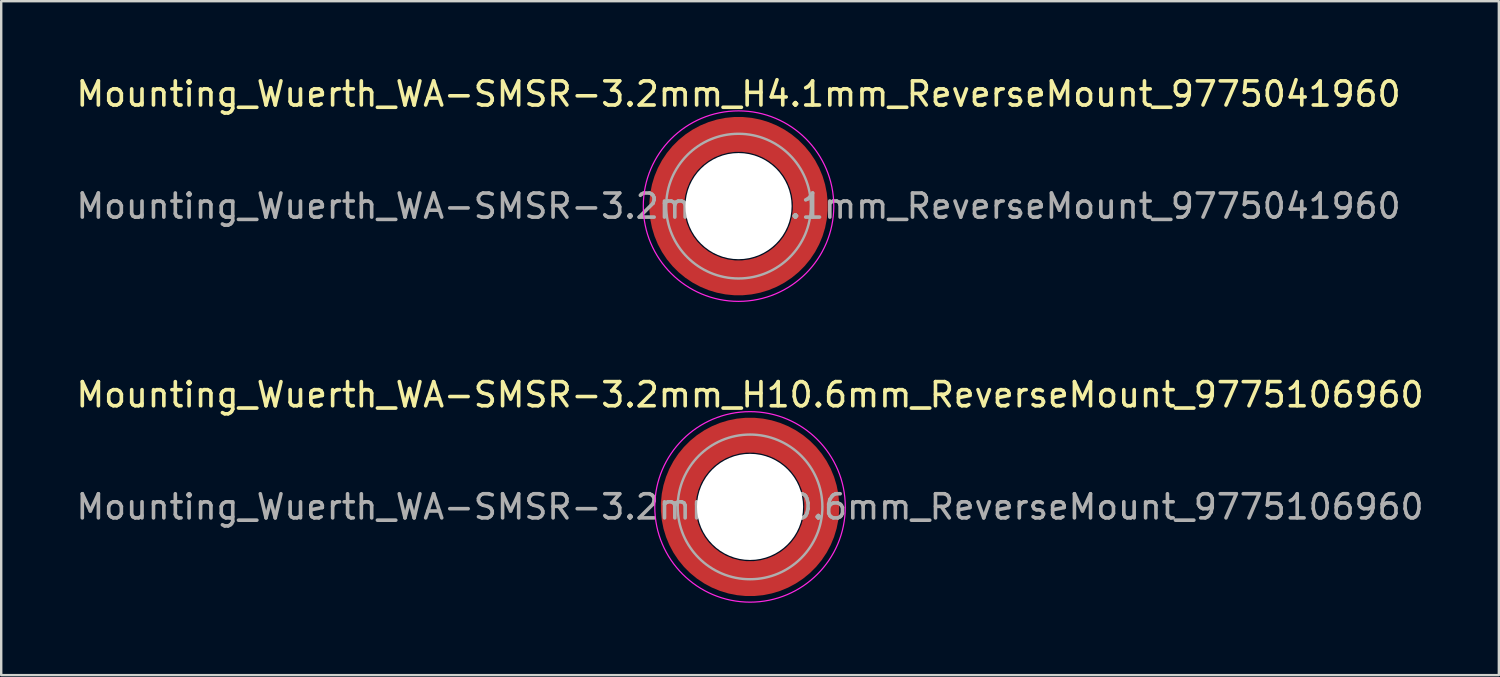
<source format=kicad_pcb>
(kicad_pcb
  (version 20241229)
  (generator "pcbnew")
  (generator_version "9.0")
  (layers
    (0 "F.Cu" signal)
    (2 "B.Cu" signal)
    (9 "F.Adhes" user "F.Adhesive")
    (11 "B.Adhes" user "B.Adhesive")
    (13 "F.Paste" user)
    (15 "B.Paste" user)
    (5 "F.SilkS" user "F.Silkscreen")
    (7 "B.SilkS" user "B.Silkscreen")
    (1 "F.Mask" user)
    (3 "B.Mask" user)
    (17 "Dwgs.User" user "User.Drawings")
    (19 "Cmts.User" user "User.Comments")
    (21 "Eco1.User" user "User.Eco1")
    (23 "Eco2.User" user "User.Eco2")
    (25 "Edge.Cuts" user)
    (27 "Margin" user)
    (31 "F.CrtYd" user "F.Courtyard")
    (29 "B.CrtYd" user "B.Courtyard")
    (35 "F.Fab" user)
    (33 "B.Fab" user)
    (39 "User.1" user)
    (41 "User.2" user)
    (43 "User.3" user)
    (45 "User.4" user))
  (footprint "Mounting_Wuerth_WA-SMSR-3.2mm_H10.6mm_ReverseMount_9775106960"
    (layer "F.Cu")
    (at 28.054 17.971)
    (property "Reference" "Mounting_Wuerth_WA-SMSR-3.2mm_H10.6mm_ReverseMount_9775106960" (at 0 -4.65 0) (layer "F.SilkS") (effects (font (size 1 1) (thickness 0.15))))
    (attr smd allow_soldermask_bridges)
    (fp_circle (center 0 0) (end 3.95 0) (stroke (width 0.05) (type solid)) (fill no) (layer "F.CrtYd"))
    (fp_circle (center 0 0) (end 3 0) (stroke (width 0.1) (type solid)) (fill no) (layer "F.Fab"))
    (fp_text user "${REFERENCE}" (at 0 0 0) (layer "F.Fab") (effects (font (size 1 1) (thickness 0.15))))
    (pad "" smd custom (at -2.095 -2.095) (size 0.672 0.672) (layers "F.Paste") (options (anchor circle)) (primitives (gr_arc (start -0.24231 1.594804) (mid 0.404819 0.404819) (end 1.594804 -0.24231) (width 0.2)) (gr_arc (start -0.3398 1.594804) (mid 0.337349 0.337349) (end 1.594804 -0.3398) (width 0.2)) (gr_arc (start -0.437132 1.594804) (mid 0.269879 0.269879) (end 1.594804 -0.437132) (width 0.2)) (gr_arc (start -0.534324 1.594804) (mid 0.202409 0.202409) (end 1.594804 -0.534324) (width 0.2)) (gr_arc (start -0.631391 1.594804) (mid 0.13494 0.13494) (end 1.594804 -0.631391) (width 0.2)) (gr_arc (start -0.728345 1.594804) (mid 0.06747 0.06747) (end 1.594804 -0.728345) (width 0.2)) (gr_arc (start -0.825197 1.594804) (mid 0 0) (end 1.594804 -0.825197) (width 0.2)) (gr_arc (start -0.921958 1.594804) (mid -0.06747 -0.06747) (end 1.594804 -0.921958) (width 0.2)) (gr_arc (start -1.018637 1.594804) (mid -0.13494 -0.13494) (end 1.594804 -1.018637) (width 0.2)) (gr_arc (start -1.115239 1.594804) (mid -0.202409 -0.202409) (end 1.594804 -1.115239) (width 0.2)) (gr_arc (start -1.211773 1.594804) (mid -0.269879 -0.269879) (end 1.594804 -1.211773) (width 0.2)) (gr_arc (start -1.308244 1.594804) (mid -0.337349 -0.337349) (end 1.594804 -1.308244) (width 0.2)) (gr_arc (start -1.404657 1.594804) (mid -0.404819 -0.404819) (end 1.594804 -1.404657) (width 0.2)) (gr_arc (start -1.404657 1.594804) (mid -0.404819 -0.404819) (end 1.594804 -1.404657) (width 0.2)) (gr_line (start 1.595 -0.242) (end 1.595 -1.405) (width 0.2)) (gr_line (start -0.242 1.595) (end -1.405 1.595) (width 0.2))))
    (pad "" smd custom (at -2.095 2.095) (size 0.672 0.672) (layers "F.Paste") (options (anchor circle)) (primitives (gr_arc (start 1.594804 0.24231) (mid 0.404819 -0.404819) (end -0.24231 -1.594804) (width 0.2)) (gr_arc (start 1.594804 0.3398) (mid 0.337349 -0.337349) (end -0.3398 -1.594804) (width 0.2)) (gr_arc (start 1.594804 0.437132) (mid 0.269879 -0.269879) (end -0.437132 -1.594804) (width 0.2)) (gr_arc (start 1.594804 0.534324) (mid 0.202409 -0.202409) (end -0.534324 -1.594804) (width 0.2)) (gr_arc (start 1.594804 0.631391) (mid 0.13494 -0.13494) (end -0.631391 -1.594804) (width 0.2)) (gr_arc (start 1.594804 0.728345) (mid 0.06747 -0.06747) (end -0.728345 -1.594804) (width 0.2)) (gr_arc (start 1.594804 0.825197) (mid 0 0) (end -0.825197 -1.594804) (width 0.2)) (gr_arc (start 1.594804 0.921958) (mid -0.06747 0.06747) (end -0.921958 -1.594804) (width 0.2)) (gr_arc (start 1.594804 1.018637) (mid -0.13494 0.13494) (end -1.018637 -1.594804) (width 0.2)) (gr_arc (start 1.594804 1.115239) (mid -0.202409 0.202409) (end -1.115239 -1.594804) (width 0.2)) (gr_arc (start 1.594804 1.211773) (mid -0.269879 0.269879) (end -1.211773 -1.594804) (width 0.2)) (gr_arc (start 1.594804 1.308244) (mid -0.337349 0.337349) (end -1.308244 -1.594804) (width 0.2)) (gr_arc (start 1.594804 1.404657) (mid -0.404819 0.404819) (end -1.404657 -1.594804) (width 0.2)) (gr_arc (start 1.594804 1.404657) (mid -0.404819 0.404819) (end -1.404657 -1.594804) (width 0.2)) (gr_line (start -0.242 -1.595) (end -1.405 -1.595) (width 0.2)) (gr_line (start 1.595 0.242) (end 1.595 1.405) (width 0.2))))
    (pad "" np_thru_hole circle (at 0 0) (size 4.4 4.4) (drill 4.4) (layers "*.Cu" "*.Mask"))
    (pad "" smd custom (at 2.095 -2.095) (size 0.672 0.672) (layers "F.Paste") (options (anchor circle)) (primitives (gr_arc (start -1.594804 -0.24231) (mid -0.404819 0.404819) (end 0.24231 1.594804) (width 0.2)) (gr_arc (start -1.594804 -0.3398) (mid -0.337349 0.337349) (end 0.3398 1.594804) (width 0.2)) (gr_arc (start -1.594804 -0.437132) (mid -0.269879 0.269879) (end 0.437132 1.594804) (width 0.2)) (gr_arc (start -1.594804 -0.534324) (mid -0.202409 0.202409) (end 0.534324 1.594804) (width 0.2)) (gr_arc (start -1.594804 -0.631391) (mid -0.13494 0.13494) (end 0.631391 1.594804) (width 0.2)) (gr_arc (start -1.594804 -0.728345) (mid -0.06747 0.06747) (end 0.728345 1.594804) (width 0.2)) (gr_arc (start -1.594804 -0.825197) (mid 0 0) (end 0.825197 1.594804) (width 0.2)) (gr_arc (start -1.594804 -0.921958) (mid 0.06747 -0.06747) (end 0.921958 1.594804) (width 0.2)) (gr_arc (start -1.594804 -1.018637) (mid 0.13494 -0.13494) (end 1.018637 1.594804) (width 0.2)) (gr_arc (start -1.594804 -1.115239) (mid 0.202409 -0.202409) (end 1.115239 1.594804) (width 0.2)) (gr_arc (start -1.594804 -1.211773) (mid 0.269879 -0.269879) (end 1.211773 1.594804) (width 0.2)) (gr_arc (start -1.594804 -1.308244) (mid 0.337349 -0.337349) (end 1.308244 1.594804) (width 0.2)) (gr_arc (start -1.594804 -1.404657) (mid 0.404819 -0.404819) (end 1.404657 1.594804) (width 0.2)) (gr_arc (start -1.594804 -1.404657) (mid 0.404819 -0.404819) (end 1.404657 1.594804) (width 0.2)) (gr_line (start 0.242 1.595) (end 1.405 1.595) (width 0.2)) (gr_line (start -1.595 -0.242) (end -1.595 -1.405) (width 0.2))))
    (pad "" smd custom (at 2.095 2.095) (size 0.672 0.672) (layers "F.Paste") (options (anchor circle)) (primitives (gr_arc (start 0.24231 -1.594804) (mid -0.404819 -0.404819) (end -1.594804 0.24231) (width 0.2)) (gr_arc (start 0.3398 -1.594804) (mid -0.337349 -0.337349) (end -1.594804 0.3398) (width 0.2)) (gr_arc (start 0.437132 -1.594804) (mid -0.269879 -0.269879) (end -1.594804 0.437132) (width 0.2)) (gr_arc (start 0.534324 -1.594804) (mid -0.202409 -0.202409) (end -1.594804 0.534324) (width 0.2)) (gr_arc (start 0.631391 -1.594804) (mid -0.13494 -0.13494) (end -1.594804 0.631391) (width 0.2)) (gr_arc (start 0.728345 -1.594804) (mid -0.06747 -0.06747) (end -1.594804 0.728345) (width 0.2)) (gr_arc (start 0.825197 -1.594804) (mid 0 0) (end -1.594804 0.825197) (width 0.2)) (gr_arc (start 0.921958 -1.594804) (mid 0.06747 0.06747) (end -1.594804 0.921958) (width 0.2)) (gr_arc (start 1.018637 -1.594804) (mid 0.13494 0.13494) (end -1.594804 1.018637) (width 0.2)) (gr_arc (start 1.115239 -1.594804) (mid 0.202409 0.202409) (end -1.594804 1.115239) (width 0.2)) (gr_arc (start 1.211773 -1.594804) (mid 0.269879 0.269879) (end -1.594804 1.211773) (width 0.2)) (gr_arc (start 1.308244 -1.594804) (mid 0.337349 0.337349) (end -1.594804 1.308244) (width 0.2)) (gr_arc (start 1.404657 -1.594804) (mid 0.404819 0.404819) (end -1.594804 1.404657) (width 0.2)) (gr_arc (start 1.404657 -1.594804) (mid 0.404819 0.404819) (end -1.594804 1.404657) (width 0.2)) (gr_line (start -1.595 0.242) (end -1.595 1.405) (width 0.2)) (gr_line (start 0.242 -1.595) (end 1.405 -1.595) (width 0.2))))
    (pad "1" smd circle (at -2.975 0) (size 0.942 0.942) (layers "F.Cu"))
    (pad "1" smd circle (at 0 -2.975) (size 0.942 0.942) (layers "F.Cu"))
    (pad "1" smd circle (at 0 2.975) (size 0.942 0.942) (layers "F.Cu"))
    (pad "1" smd custom (at 2.975 0) (size 1.45 1.45) (layers "F.Cu" "F.Mask") (options (anchor circle)) (primitives (gr_circle (center -2.975 0) (end 0 0) (width 1.45) (fill no)))))
  (footprint "Mounting_Wuerth_WA-SMSR-3.2mm_H4.1mm_ReverseMount_9775041960"
    (layer "F.Cu")
    (at 27.577 5.498)
    (property "Reference" "Mounting_Wuerth_WA-SMSR-3.2mm_H4.1mm_ReverseMount_9775041960" (at 0 -4.65 0) (layer "F.SilkS") (effects (font (size 1 1) (thickness 0.15))))
    (attr smd allow_soldermask_bridges)
    (fp_circle (center 0 0) (end 3.95 0) (stroke (width 0.05) (type solid)) (fill no) (layer "F.CrtYd"))
    (fp_circle (center 0 0) (end 3 0) (stroke (width 0.1) (type solid)) (fill no) (layer "F.Fab"))
    (fp_text user "${REFERENCE}" (at 0 0 0) (layer "F.Fab") (effects (font (size 1 1) (thickness 0.15))))
    (pad "" smd custom (at -2.095 -2.095) (size 0.672 0.672) (layers "F.Paste") (options (anchor circle)) (primitives (gr_arc (start -0.24231 1.594804) (mid 0.404819 0.404819) (end 1.594804 -0.24231) (width 0.2)) (gr_arc (start -0.3398 1.594804) (mid 0.337349 0.337349) (end 1.594804 -0.3398) (width 0.2)) (gr_arc (start -0.437132 1.594804) (mid 0.269879 0.269879) (end 1.594804 -0.437132) (width 0.2)) (gr_arc (start -0.534324 1.594804) (mid 0.202409 0.202409) (end 1.594804 -0.534324) (width 0.2)) (gr_arc (start -0.631391 1.594804) (mid 0.13494 0.13494) (end 1.594804 -0.631391) (width 0.2)) (gr_arc (start -0.728345 1.594804) (mid 0.06747 0.06747) (end 1.594804 -0.728345) (width 0.2)) (gr_arc (start -0.825197 1.594804) (mid 0 0) (end 1.594804 -0.825197) (width 0.2)) (gr_arc (start -0.921958 1.594804) (mid -0.06747 -0.06747) (end 1.594804 -0.921958) (width 0.2)) (gr_arc (start -1.018637 1.594804) (mid -0.13494 -0.13494) (end 1.594804 -1.018637) (width 0.2)) (gr_arc (start -1.115239 1.594804) (mid -0.202409 -0.202409) (end 1.594804 -1.115239) (width 0.2)) (gr_arc (start -1.211773 1.594804) (mid -0.269879 -0.269879) (end 1.594804 -1.211773) (width 0.2)) (gr_arc (start -1.308244 1.594804) (mid -0.337349 -0.337349) (end 1.594804 -1.308244) (width 0.2)) (gr_arc (start -1.404657 1.594804) (mid -0.404819 -0.404819) (end 1.594804 -1.404657) (width 0.2)) (gr_arc (start -1.404657 1.594804) (mid -0.404819 -0.404819) (end 1.594804 -1.404657) (width 0.2)) (gr_line (start 1.595 -0.242) (end 1.595 -1.405) (width 0.2)) (gr_line (start -0.242 1.595) (end -1.405 1.595) (width 0.2))))
    (pad "" smd custom (at -2.095 2.095) (size 0.672 0.672) (layers "F.Paste") (options (anchor circle)) (primitives (gr_arc (start 1.594804 0.24231) (mid 0.404819 -0.404819) (end -0.24231 -1.594804) (width 0.2)) (gr_arc (start 1.594804 0.3398) (mid 0.337349 -0.337349) (end -0.3398 -1.594804) (width 0.2)) (gr_arc (start 1.594804 0.437132) (mid 0.269879 -0.269879) (end -0.437132 -1.594804) (width 0.2)) (gr_arc (start 1.594804 0.534324) (mid 0.202409 -0.202409) (end -0.534324 -1.594804) (width 0.2)) (gr_arc (start 1.594804 0.631391) (mid 0.13494 -0.13494) (end -0.631391 -1.594804) (width 0.2)) (gr_arc (start 1.594804 0.728345) (mid 0.06747 -0.06747) (end -0.728345 -1.594804) (width 0.2)) (gr_arc (start 1.594804 0.825197) (mid 0 0) (end -0.825197 -1.594804) (width 0.2)) (gr_arc (start 1.594804 0.921958) (mid -0.06747 0.06747) (end -0.921958 -1.594804) (width 0.2)) (gr_arc (start 1.594804 1.018637) (mid -0.13494 0.13494) (end -1.018637 -1.594804) (width 0.2)) (gr_arc (start 1.594804 1.115239) (mid -0.202409 0.202409) (end -1.115239 -1.594804) (width 0.2)) (gr_arc (start 1.594804 1.211773) (mid -0.269879 0.269879) (end -1.211773 -1.594804) (width 0.2)) (gr_arc (start 1.594804 1.308244) (mid -0.337349 0.337349) (end -1.308244 -1.594804) (width 0.2)) (gr_arc (start 1.594804 1.404657) (mid -0.404819 0.404819) (end -1.404657 -1.594804) (width 0.2)) (gr_arc (start 1.594804 1.404657) (mid -0.404819 0.404819) (end -1.404657 -1.594804) (width 0.2)) (gr_line (start -0.242 -1.595) (end -1.405 -1.595) (width 0.2)) (gr_line (start 1.595 0.242) (end 1.595 1.405) (width 0.2))))
    (pad "" np_thru_hole circle (at 0 0) (size 4.4 4.4) (drill 4.4) (layers "*.Cu" "*.Mask"))
    (pad "" smd custom (at 2.095 -2.095) (size 0.672 0.672) (layers "F.Paste") (options (anchor circle)) (primitives (gr_arc (start -1.594804 -0.24231) (mid -0.404819 0.404819) (end 0.24231 1.594804) (width 0.2)) (gr_arc (start -1.594804 -0.3398) (mid -0.337349 0.337349) (end 0.3398 1.594804) (width 0.2)) (gr_arc (start -1.594804 -0.437132) (mid -0.269879 0.269879) (end 0.437132 1.594804) (width 0.2)) (gr_arc (start -1.594804 -0.534324) (mid -0.202409 0.202409) (end 0.534324 1.594804) (width 0.2)) (gr_arc (start -1.594804 -0.631391) (mid -0.13494 0.13494) (end 0.631391 1.594804) (width 0.2)) (gr_arc (start -1.594804 -0.728345) (mid -0.06747 0.06747) (end 0.728345 1.594804) (width 0.2)) (gr_arc (start -1.594804 -0.825197) (mid 0 0) (end 0.825197 1.594804) (width 0.2)) (gr_arc (start -1.594804 -0.921958) (mid 0.06747 -0.06747) (end 0.921958 1.594804) (width 0.2)) (gr_arc (start -1.594804 -1.018637) (mid 0.13494 -0.13494) (end 1.018637 1.594804) (width 0.2)) (gr_arc (start -1.594804 -1.115239) (mid 0.202409 -0.202409) (end 1.115239 1.594804) (width 0.2)) (gr_arc (start -1.594804 -1.211773) (mid 0.269879 -0.269879) (end 1.211773 1.594804) (width 0.2)) (gr_arc (start -1.594804 -1.308244) (mid 0.337349 -0.337349) (end 1.308244 1.594804) (width 0.2)) (gr_arc (start -1.594804 -1.404657) (mid 0.404819 -0.404819) (end 1.404657 1.594804) (width 0.2)) (gr_arc (start -1.594804 -1.404657) (mid 0.404819 -0.404819) (end 1.404657 1.594804) (width 0.2)) (gr_line (start 0.242 1.595) (end 1.405 1.595) (width 0.2)) (gr_line (start -1.595 -0.242) (end -1.595 -1.405) (width 0.2))))
    (pad "" smd custom (at 2.095 2.095) (size 0.672 0.672) (layers "F.Paste") (options (anchor circle)) (primitives (gr_arc (start 0.24231 -1.594804) (mid -0.404819 -0.404819) (end -1.594804 0.24231) (width 0.2)) (gr_arc (start 0.3398 -1.594804) (mid -0.337349 -0.337349) (end -1.594804 0.3398) (width 0.2)) (gr_arc (start 0.437132 -1.594804) (mid -0.269879 -0.269879) (end -1.594804 0.437132) (width 0.2)) (gr_arc (start 0.534324 -1.594804) (mid -0.202409 -0.202409) (end -1.594804 0.534324) (width 0.2)) (gr_arc (start 0.631391 -1.594804) (mid -0.13494 -0.13494) (end -1.594804 0.631391) (width 0.2)) (gr_arc (start 0.728345 -1.594804) (mid -0.06747 -0.06747) (end -1.594804 0.728345) (width 0.2)) (gr_arc (start 0.825197 -1.594804) (mid 0 0) (end -1.594804 0.825197) (width 0.2)) (gr_arc (start 0.921958 -1.594804) (mid 0.06747 0.06747) (end -1.594804 0.921958) (width 0.2)) (gr_arc (start 1.018637 -1.594804) (mid 0.13494 0.13494) (end -1.594804 1.018637) (width 0.2)) (gr_arc (start 1.115239 -1.594804) (mid 0.202409 0.202409) (end -1.594804 1.115239) (width 0.2)) (gr_arc (start 1.211773 -1.594804) (mid 0.269879 0.269879) (end -1.594804 1.211773) (width 0.2)) (gr_arc (start 1.308244 -1.594804) (mid 0.337349 0.337349) (end -1.594804 1.308244) (width 0.2)) (gr_arc (start 1.404657 -1.594804) (mid 0.404819 0.404819) (end -1.594804 1.404657) (width 0.2)) (gr_arc (start 1.404657 -1.594804) (mid 0.404819 0.404819) (end -1.594804 1.404657) (width 0.2)) (gr_line (start -1.595 0.242) (end -1.595 1.405) (width 0.2)) (gr_line (start 0.242 -1.595) (end 1.405 -1.595) (width 0.2))))
    (pad "1" smd circle (at -2.975 0) (size 0.942 0.942) (layers "F.Cu"))
    (pad "1" smd circle (at 0 -2.975) (size 0.942 0.942) (layers "F.Cu"))
    (pad "1" smd circle (at 0 2.975) (size 0.942 0.942) (layers "F.Cu"))
    (pad "1" smd custom (at 2.975 0) (size 1.45 1.45) (layers "F.Cu" "F.Mask") (options (anchor circle)) (primitives (gr_circle (center -2.975 0) (end 0 0) (width 1.45) (fill no)))))
  (gr_rect
    (start -3 -3)
    (end 59.107 24.947)
    (stroke (width 0.1) (type default))
    (fill no)
    (layer "Edge.Cuts")))
</source>
